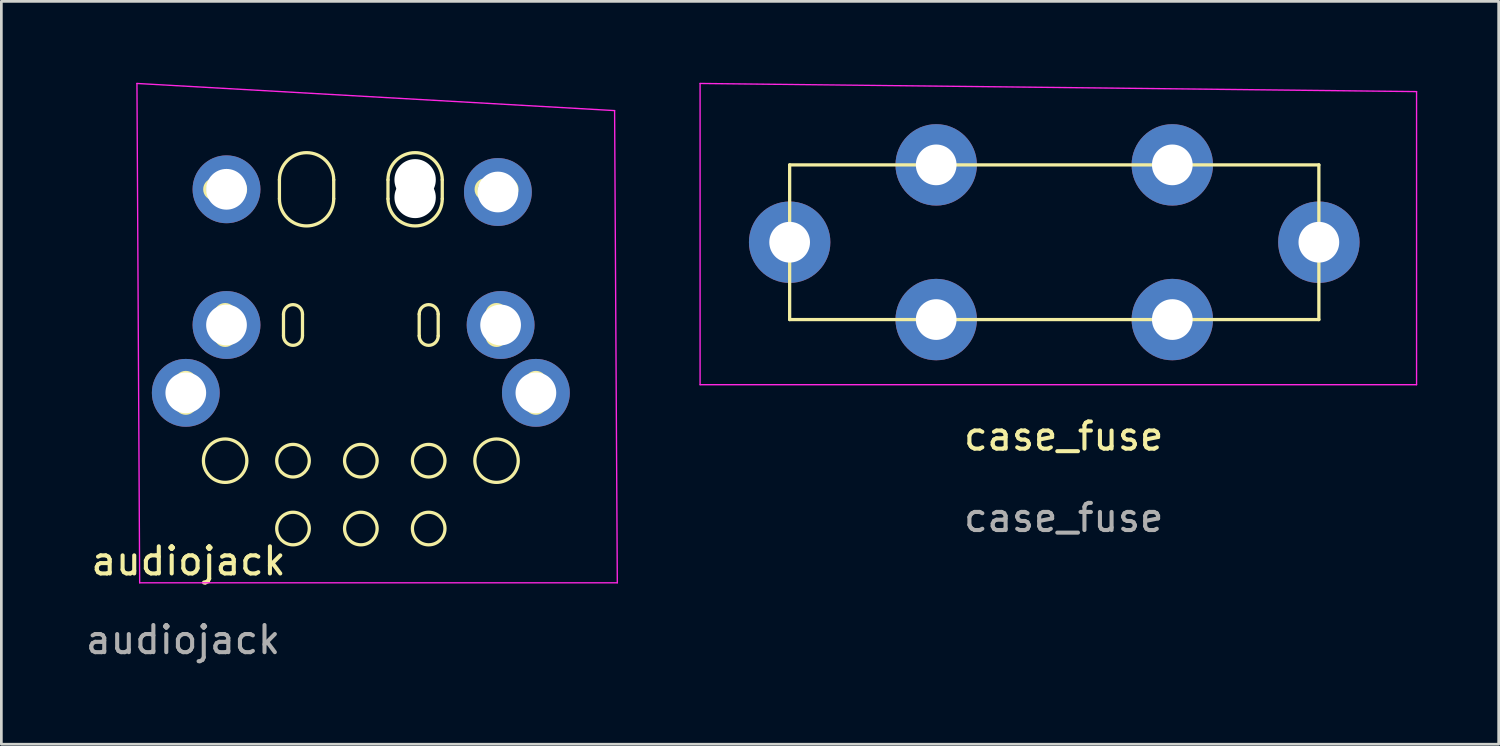
<source format=kicad_pcb>
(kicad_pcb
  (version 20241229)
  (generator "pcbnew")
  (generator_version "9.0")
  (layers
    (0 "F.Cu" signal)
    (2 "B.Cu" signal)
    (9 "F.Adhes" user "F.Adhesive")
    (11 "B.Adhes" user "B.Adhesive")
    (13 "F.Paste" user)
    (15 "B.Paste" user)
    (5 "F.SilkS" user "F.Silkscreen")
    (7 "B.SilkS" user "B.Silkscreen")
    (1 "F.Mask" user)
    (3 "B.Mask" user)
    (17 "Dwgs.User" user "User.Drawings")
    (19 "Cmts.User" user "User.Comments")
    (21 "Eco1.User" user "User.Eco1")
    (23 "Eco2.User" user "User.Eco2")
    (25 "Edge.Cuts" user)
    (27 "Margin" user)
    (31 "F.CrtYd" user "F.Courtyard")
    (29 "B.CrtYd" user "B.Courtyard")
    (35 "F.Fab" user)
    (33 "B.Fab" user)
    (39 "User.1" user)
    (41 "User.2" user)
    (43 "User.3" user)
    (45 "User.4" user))
  (footprint "case_fuse"
    (layer "F.Cu")
    (at 26.046 8.725)
    (property "Reference" "case_fuse" (at 10.1 4.3 0) (unlocked yes) (layer "F.SilkS") (effects (font (size 1 1) (thickness 0.15))))
    (attr through_hole)
    (fp_line (start 0 -5.7) (end 0 0) (stroke (width 0.12) (type solid)) (layer "F.SilkS"))
    (fp_line (start 0 0) (end 19.5 0) (stroke (width 0.12) (type solid)) (layer "F.SilkS"))
    (fp_line (start 19.5 -5.7) (end 0 -5.7) (stroke (width 0.12) (type solid)) (layer "F.SilkS"))
    (fp_line (start 19.5 0) (end 19.5 -5.7) (stroke (width 0.12) (type solid)) (layer "F.SilkS"))
    (fp_line (start -3.3 -8.7) (end -3.3 2.4) (stroke (width 0.05) (type solid)) (layer "F.CrtYd"))
    (fp_line (start -3.3 2.4) (end 23.1 2.4) (stroke (width 0.05) (type solid)) (layer "F.CrtYd"))
    (fp_line (start 23.1 -8.4) (end -3.3 -8.7) (stroke (width 0.05) (type solid)) (layer "F.CrtYd"))
    (fp_line (start 23.1 2.4) (end 23.1 -8.4) (stroke (width 0.05) (type solid)) (layer "F.CrtYd"))
    (fp_text user "${REFERENCE}" (at 10.1 7.3 0) (unlocked yes) (layer "F.Fab") (effects (font (size 1 1) (thickness 0.15))))
    (pad "1" thru_hole circle (at 0 -2.85) (size 3 3) (drill 1.5) (layers "*.Cu" "*.Mask"))
    (pad "1" thru_hole circle (at 5.4 -5.7) (size 3 3) (drill 1.5) (layers "*.Cu" "*.Mask"))
    (pad "1" thru_hole circle (at 5.4 0) (size 3 3) (drill 1.5) (layers "*.Cu" "*.Mask"))
    (pad "2" thru_hole circle (at 14.1 -5.7) (size 3 3) (drill 1.5) (layers "*.Cu" "*.Mask"))
    (pad "2" thru_hole circle (at 14.1 0) (size 3 3) (drill 1.5) (layers "*.Cu" "*.Mask"))
    (pad "2" thru_hole circle (at 19.5 -2.85) (size 3 3) (drill 1.5) (layers "*.Cu" "*.Mask")))
  (footprint "audiojack"
    (layer "F.Cu")
    (at 3.796 11.425)
    (property "Reference" "audiojack" (at 0.1 6.2 0) (unlocked yes) (layer "F.SilkS") (effects (font (size 1 1) (thickness 0.15))))
    (attr through_hole)
    (fp_line (start -0.35 -0.4) (end -0.35 0.4) (stroke (width 0.12) (type solid)) (layer "F.SilkS"))
    (fp_line (start 0.35 -0.4) (end 0.35 0.4) (stroke (width 0.12) (type solid)) (layer "F.SilkS"))
    (fp_line (start 1.05 -7.85) (end 1.85 -7.85) (stroke (width 0.12) (type solid)) (layer "F.SilkS"))
    (fp_line (start 1.05 -7.15) (end 1.85 -7.15) (stroke (width 0.12) (type solid)) (layer "F.SilkS"))
    (fp_line (start 1.1 -2.9) (end 1.1 -2.1) (stroke (width 0.12) (type solid)) (layer "F.SilkS"))
    (fp_line (start 1.8 -2.9) (end 1.8 -2.1) (stroke (width 0.12) (type solid)) (layer "F.SilkS"))
    (fp_line (start 3.45 -7.85) (end 3.45 -7.15) (stroke (width 0.12) (type solid)) (layer "F.SilkS"))
    (fp_line (start 3.6 -2.9) (end 3.6 -2.1) (stroke (width 0.12) (type solid)) (layer "F.SilkS"))
    (fp_line (start 4.3 -2.9) (end 4.3 -2.1) (stroke (width 0.12) (type solid)) (layer "F.SilkS"))
    (fp_line (start 5.45 -7.85) (end 5.45 -7.15) (stroke (width 0.12) (type solid)) (layer "F.SilkS"))
    (fp_line (start 7.45 -7.85) (end 7.45 -7.15) (stroke (width 0.12) (type solid)) (layer "F.SilkS"))
    (fp_line (start 8.6 -2.9) (end 8.6 -2.1) (stroke (width 0.12) (type solid)) (layer "F.SilkS"))
    (fp_line (start 9.3 -2.9) (end 9.3 -2.1) (stroke (width 0.12) (type solid)) (layer "F.SilkS"))
    (fp_line (start 9.45 -7.85) (end 9.45 -7.15) (stroke (width 0.12) (type solid)) (layer "F.SilkS"))
    (fp_line (start 11.05 -7.85) (end 11.85 -7.85) (stroke (width 0.12) (type solid)) (layer "F.SilkS"))
    (fp_line (start 11.05 -7.15) (end 11.85 -7.15) (stroke (width 0.12) (type solid)) (layer "F.SilkS"))
    (fp_line (start 11.1 -2.9) (end 11.1 -2.1) (stroke (width 0.12) (type solid)) (layer "F.SilkS"))
    (fp_line (start 11.8 -2.9) (end 11.8 -2.1) (stroke (width 0.12) (type solid)) (layer "F.SilkS"))
    (fp_line (start 12.55 -0.4) (end 12.55 0.4) (stroke (width 0.12) (type solid)) (layer "F.SilkS"))
    (fp_line (start 13.25 -0.4) (end 13.25 0.4) (stroke (width 0.12) (type solid)) (layer "F.SilkS"))
    (fp_arc (start -0.35 -0.4) (mid 0 -0.75) (end 0.35 -0.4) (stroke (width 0.12) (type solid)) (layer "F.SilkS"))
    (fp_arc (start 0.35 0.4) (mid 0 0.75) (end -0.35 0.4) (stroke (width 0.12) (type solid)) (layer "F.SilkS"))
    (fp_arc (start 1.05 -7.15) (mid 0.7 -7.5) (end 1.05 -7.85) (stroke (width 0.12) (type solid)) (layer "F.SilkS"))
    (fp_arc (start 1.1 -2.9) (mid 1.45 -3.25) (end 1.8 -2.9) (stroke (width 0.12) (type solid)) (layer "F.SilkS"))
    (fp_arc (start 1.8 -2.1) (mid 1.45 -1.75) (end 1.1 -2.1) (stroke (width 0.12) (type solid)) (layer "F.SilkS"))
    (fp_arc (start 1.85 -7.85) (mid 2.2 -7.5) (end 1.85 -7.15) (stroke (width 0.12) (type solid)) (layer "F.SilkS"))
    (fp_arc (start 3.45 -7.85) (mid 4.45 -8.85) (end 5.45 -7.85) (stroke (width 0.12) (type solid)) (layer "F.SilkS"))
    (fp_arc (start 3.6 -2.9) (mid 3.95 -3.25) (end 4.3 -2.9) (stroke (width 0.12) (type solid)) (layer "F.SilkS"))
    (fp_arc (start 4.3 -2.1) (mid 3.95 -1.75) (end 3.6 -2.1) (stroke (width 0.12) (type solid)) (layer "F.SilkS"))
    (fp_arc (start 5.45 -7.15) (mid 4.45 -6.15) (end 3.45 -7.15) (stroke (width 0.12) (type solid)) (layer "F.SilkS"))
    (fp_arc (start 7.45 -7.85) (mid 8.45 -8.85) (end 9.45 -7.85) (stroke (width 0.12) (type solid)) (layer "F.SilkS"))
    (fp_arc (start 8.6 -2.9) (mid 8.95 -3.25) (end 9.3 -2.9) (stroke (width 0.12) (type solid)) (layer "F.SilkS"))
    (fp_arc (start 9.3 -2.1) (mid 8.95 -1.75) (end 8.6 -2.1) (stroke (width 0.12) (type solid)) (layer "F.SilkS"))
    (fp_arc (start 9.45 -7.15) (mid 8.45 -6.15) (end 7.45 -7.15) (stroke (width 0.12) (type solid)) (layer "F.SilkS"))
    (fp_arc (start 11.05 -7.15) (mid 10.7 -7.5) (end 11.05 -7.85) (stroke (width 0.12) (type solid)) (layer "F.SilkS"))
    (fp_arc (start 11.1 -2.9) (mid 11.45 -3.25) (end 11.8 -2.9) (stroke (width 0.12) (type solid)) (layer "F.SilkS"))
    (fp_arc (start 11.8 -2.1) (mid 11.45 -1.75) (end 11.1 -2.1) (stroke (width 0.12) (type solid)) (layer "F.SilkS"))
    (fp_arc (start 11.85 -7.85) (mid 12.2 -7.5) (end 11.85 -7.15) (stroke (width 0.12) (type solid)) (layer "F.SilkS"))
    (fp_arc (start 12.55 -0.4) (mid 12.9 -0.75) (end 13.25 -0.4) (stroke (width 0.12) (type solid)) (layer "F.SilkS"))
    (fp_arc (start 13.25 0.4) (mid 12.9 0.75) (end 12.55 0.4) (stroke (width 0.12) (type solid)) (layer "F.SilkS"))
    (fp_circle (center 1.45 2.5) (end 2.25 2.5) (stroke (width 0.12) (type solid)) (fill no) (layer "F.SilkS"))
    (fp_circle (center 3.95 2.5) (end 4.55 2.5) (stroke (width 0.12) (type solid)) (fill no) (layer "F.SilkS"))
    (fp_circle (center 3.95 5) (end 4.55 5) (stroke (width 0.12) (type solid)) (fill no) (layer "F.SilkS"))
    (fp_circle (center 6.45 2.5) (end 7.05 2.5) (stroke (width 0.12) (type solid)) (fill no) (layer "F.SilkS"))
    (fp_circle (center 6.45 5) (end 7.05 5) (stroke (width 0.12) (type solid)) (fill no) (layer "F.SilkS"))
    (fp_circle (center 8.95 2.5) (end 9.55 2.5) (stroke (width 0.12) (type solid)) (fill no) (layer "F.SilkS"))
    (fp_circle (center 8.95 5) (end 9.55 5) (stroke (width 0.12) (type solid)) (fill no) (layer "F.SilkS"))
    (fp_circle (center 11.45 2.5) (end 12.25 2.5) (stroke (width 0.12) (type solid)) (fill no) (layer "F.SilkS"))
    (fp_line (start -1.8 -11.4) (end -1.7 7) (stroke (width 0.05) (type solid)) (layer "F.CrtYd"))
    (fp_line (start -1.7 7) (end 15.9 7) (stroke (width 0.05) (type solid)) (layer "F.CrtYd"))
    (fp_line (start 15.8 -10.4) (end -1.8 -11.4) (stroke (width 0.05) (type solid)) (layer "F.CrtYd"))
    (fp_line (start 15.9 7) (end 15.8 -10.4) (stroke (width 0.05) (type solid)) (layer "F.CrtYd"))
    (fp_text user "${REFERENCE}" (at -0.1 9.1 0) (unlocked yes) (layer "F.Fab") (effects (font (size 1 1) (thickness 0.15))))
    (pad "" np_thru_hole circle (at 1.45 2.5) (size 0.001 0.001) (drill 1.6) (layers "*.Cu" "*.Mask"))
    (pad "" np_thru_hole circle (at 3.95 -2.9) (size 0.001 0.001) (drill 1) (layers "*.Cu" "*.Mask"))
    (pad "" np_thru_hole circle (at 3.95 -2.2) (size 0.001 0.001) (drill 1) (layers "*.Cu" "*.Mask"))
    (pad "" np_thru_hole circle (at 3.95 2.5) (size 0.001 0.001) (drill 1.2) (layers "*.Cu" "*.Mask"))
    (pad "" np_thru_hole circle (at 3.95 5) (size 0.001 0.001) (drill 1.2) (layers "*.Cu" "*.Mask"))
    (pad "" np_thru_hole circle (at 4.45 -7.85) (size 0.001 0.001) (drill 2) (layers "*.Cu" "*.Mask" "F.Adhes"))
    (pad "" np_thru_hole circle (at 4.45 -7.2) (size 0.001 0.001) (drill 2) (layers "*.Cu" "*.Mask" "F.SilkS"))
    (pad "" np_thru_hole circle (at 6.45 2.5) (size 0.001 0.001) (drill 1.2) (layers "*.Cu" "*.Mask"))
    (pad "" np_thru_hole circle (at 6.45 5) (size 0.001 0.001) (drill 1.2) (layers "*.Cu" "*.Mask"))
    (pad "" np_thru_hole circle (at 8.45 -7.85) (size 1.524 1.524) (drill 2) (layers "*.Cu" "*.Mask"))
    (pad "" np_thru_hole circle (at 8.45 -7.2) (size 1.524 1.524) (drill 2) (layers "*.Cu" "*.Mask"))
    (pad "" np_thru_hole circle (at 8.95 -2.9) (size 0.001 0.001) (drill 1) (layers "*.Cu" "*.Mask"))
    (pad "" np_thru_hole circle (at 8.95 -2.3) (size 0.001 0.001) (drill 1) (layers "*.Cu" "*.Mask"))
    (pad "" np_thru_hole circle (at 8.95 2.5) (size 0.001 0.001) (drill 1.2) (layers "*.Cu" "*.Mask"))
    (pad "" np_thru_hole circle (at 8.95 5) (size 0.001 0.001) (drill 1.2) (layers "*.Cu" "*.Mask"))
    (pad "" np_thru_hole circle (at 11.45 2.5) (size 0.001 0.001) (drill 1.6) (layers "*.Cu" "*.Mask"))
    (pad "G" thru_hole circle (at 1.5 -7.5) (size 2.5 2.5) (drill 1.5) (layers "*.Cu" "*.Mask"))
    (pad "G" thru_hole circle (at 11.5 -7.4) (size 2.5 2.5) (drill 1.5) (layers "*.Cu" "*.Mask"))
    (pad "S" thru_hole circle (at 0 0) (size 2.5 2.5) (drill 1.5) (layers "*.Cu" "*.Mask"))
    (pad "S" thru_hole circle (at 12.9 0) (size 2.5 2.5) (drill 1.5) (layers "*.Cu" "*.Mask"))
    (pad "T" thru_hole circle (at 1.5 -2.5) (size 2.5 2.5) (drill 1.5) (layers "*.Cu" "*.Mask"))
    (pad "T" thru_hole circle (at 11.6 -2.5) (size 2.5 2.5) (drill 1.5) (layers "*.Cu" "*.Mask")))
  (gr_rect
    (start -3 -3)
    (end 52.171 24.373)
    (stroke (width 0.1) (type default))
    (fill no)
    (layer "Edge.Cuts")))
</source>
